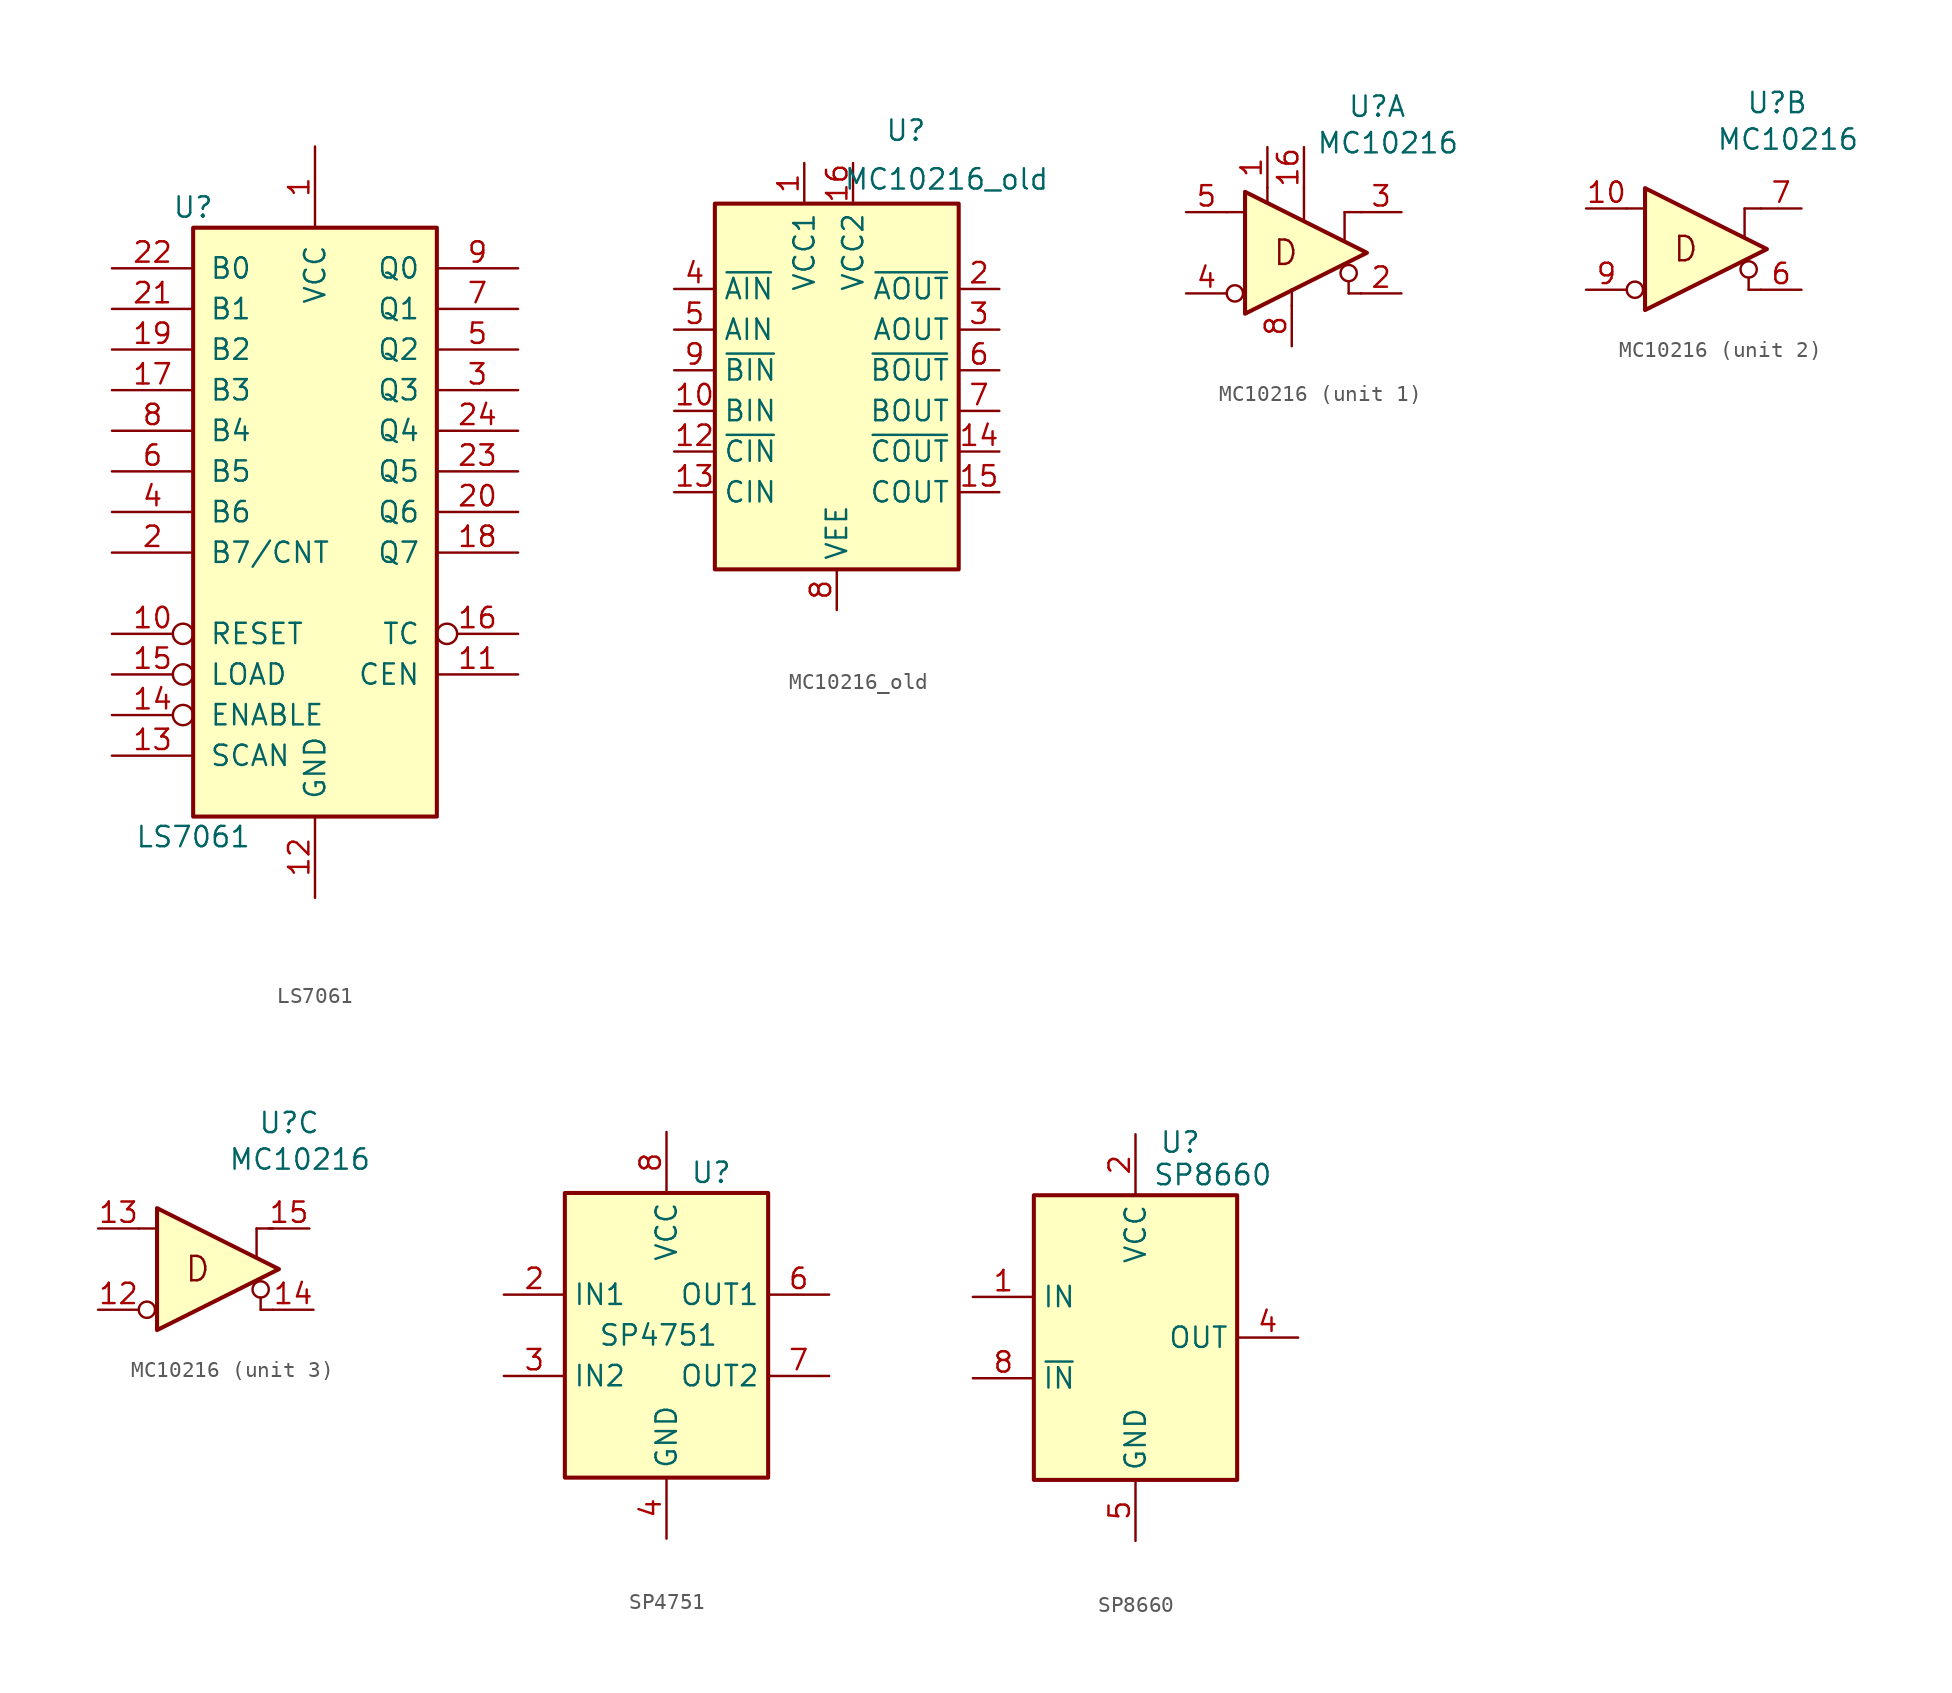
<source format=kicad_sym>
(kicad_symbol_lib
  (version 20220914)
  (generator kicad_symbol_editor)
  (symbol "LS7061"
    (pin_names
      (offset 1.016))
    (property "Reference" "U"
      (at -7.62 19.05 0)
      (effects (font (size 1.27 1.27))))
    (property "Value" "LS7061"
      (at -7.62 -20.32 0)
      (effects (font (size 1.27 1.27))))
    (property "ki_locked" ""
      (at 0 0 0)
      (effects (font (size 1.27 1.27))))
    (symbol "LS7061_1_0"
      (pin power_in line (at 0 22.86 270) (length 5.08) (name "VCC" (effects (font (size 1.27 1.27)))) (number "1" (effects (font (size 1.27 1.27)))))
      (pin input inverted (at -12.7 -7.62 0) (length 5.08) (name "RESET" (effects (font (size 1.27 1.27)))) (number "10" (effects (font (size 1.27 1.27)))))
      (pin output line (at 12.7 -10.16 180) (length 5.08) (name "CEN" (effects (font (size 1.27 1.27)))) (number "11" (effects (font (size 1.27 1.27)))))
      (pin power_in line (at 0 -24.13 90) (length 5.08) (name "GND" (effects (font (size 1.27 1.27)))) (number "12" (effects (font (size 1.27 1.27)))))
      (pin input line (at -12.7 -15.24 0) (length 5.08) (name "SCAN" (effects (font (size 1.27 1.27)))) (number "13" (effects (font (size 1.27 1.27)))))
      (pin input inverted (at -12.7 -12.7 0) (length 5.08) (name "ENABLE" (effects (font (size 1.27 1.27)))) (number "14" (effects (font (size 1.27 1.27)))))
      (pin input inverted (at -12.7 -10.16 0) (length 5.08) (name "LOAD" (effects (font (size 1.27 1.27)))) (number "15" (effects (font (size 1.27 1.27)))))
      (pin input inverted (at 12.7 -7.62 180) (length 5.08) (name "TC" (effects (font (size 1.27 1.27)))) (number "16" (effects (font (size 1.27 1.27)))))
      (pin input line (at -12.7 7.62 0) (length 5.08) (name "B3" (effects (font (size 1.27 1.27)))) (number "17" (effects (font (size 1.27 1.27)))))
      (pin tri_state line (at 12.7 -2.54 180) (length 5.08) (name "Q7" (effects (font (size 1.27 1.27)))) (number "18" (effects (font (size 1.27 1.27)))))
      (pin input line (at -12.7 10.16 0) (length 5.08) (name "B2" (effects (font (size 1.27 1.27)))) (number "19" (effects (font (size 1.27 1.27)))))
      (pin input line (at -12.7 -2.54 0) (length 5.08) (name "B7/CNT" (effects (font (size 1.27 1.27)))) (number "2" (effects (font (size 1.27 1.27)))))
      (pin tri_state line (at 12.7 0 180) (length 5.08) (name "Q6" (effects (font (size 1.27 1.27)))) (number "20" (effects (font (size 1.27 1.27)))))
      (pin input line (at -12.7 12.7 0) (length 5.08) (name "B1" (effects (font (size 1.27 1.27)))) (number "21" (effects (font (size 1.27 1.27)))))
      (pin input line (at -12.7 15.24 0) (length 5.08) (name "B0" (effects (font (size 1.27 1.27)))) (number "22" (effects (font (size 1.27 1.27)))))
      (pin tri_state line (at 12.7 2.54 180) (length 5.08) (name "Q5" (effects (font (size 1.27 1.27)))) (number "23" (effects (font (size 1.27 1.27)))))
      (pin tri_state line (at 12.7 5.08 180) (length 5.08) (name "Q4" (effects (font (size 1.27 1.27)))) (number "24" (effects (font (size 1.27 1.27)))))
      (pin tri_state line (at 12.7 7.62 180) (length 5.08) (name "Q3" (effects (font (size 1.27 1.27)))) (number "3" (effects (font (size 1.27 1.27)))))
      (pin input line (at -12.7 0 0) (length 5.08) (name "B6" (effects (font (size 1.27 1.27)))) (number "4" (effects (font (size 1.27 1.27)))))
      (pin tri_state line (at 12.7 10.16 180) (length 5.08) (name "Q2" (effects (font (size 1.27 1.27)))) (number "5" (effects (font (size 1.27 1.27)))))
      (pin input line (at -12.7 2.54 0) (length 5.08) (name "B5" (effects (font (size 1.27 1.27)))) (number "6" (effects (font (size 1.27 1.27)))))
      (pin tri_state line (at 12.7 12.7 180) (length 5.08) (name "Q1" (effects (font (size 1.27 1.27)))) (number "7" (effects (font (size 1.27 1.27)))))
      (pin input line (at -12.7 5.08 0) (length 5.08) (name "B4" (effects (font (size 1.27 1.27)))) (number "8" (effects (font (size 1.27 1.27)))))
      (pin tri_state line (at 12.7 15.24 180) (length 5.08) (name "Q0" (effects (font (size 1.27 1.27)))) (number "9" (effects (font (size 1.27 1.27))))))
    (symbol "LS7061_1_1"
      (rectangle (start -7.62 17.78) (end 7.62 -19.05) (stroke (width 0.254) (type default)) (fill (type background)))))
  (symbol "MC10216_old"
    (property "Reference" "U"
      (at 4.318 16.002 0)
      (effects (font (size 1.27 1.27))))
    (property "Value" "MC10216_old"
      (at 6.858 12.954 0)
      (effects (font (size 1.27 1.27))))
    (symbol "MC10216_old_0_1"
      (rectangle (start -7.62 11.43) (end 7.62 -11.43) (stroke (width 0.254) (type default)) (fill (type background))))
    (symbol "MC10216_old_1_1"
      (pin power_in line (at -2.032 13.97 270) (length 2.54) (name "VCC1" (effects (font (size 1.27 1.27)))) (number "1" (effects (font (size 1.27 1.27)))))
      (pin input line (at -10.16 -1.524 0) (length 2.54) (name "BIN" (effects (font (size 1.27 1.27)))) (number "10" (effects (font (size 1.27 1.27)))))
      (pin input line (at -10.16 -4.064 0) (length 2.54) (name "~{CIN}" (effects (font (size 1.27 1.27)))) (number "12" (effects (font (size 1.27 1.27)))))
      (pin input line (at -10.16 -6.604 0) (length 2.54) (name "CIN" (effects (font (size 1.27 1.27)))) (number "13" (effects (font (size 1.27 1.27)))))
      (pin output line (at 10.16 -4.064 180) (length 2.54) (name "~{COUT}" (effects (font (size 1.27 1.27)))) (number "14" (effects (font (size 1.27 1.27)))))
      (pin output line (at 10.16 -6.604 180) (length 2.54) (name "COUT" (effects (font (size 1.27 1.27)))) (number "15" (effects (font (size 1.27 1.27)))))
      (pin power_in line (at 1.016 13.97 270) (length 2.54) (name "VCC2" (effects (font (size 1.27 1.27)))) (number "16" (effects (font (size 1.27 1.27)))))
      (pin output line (at 10.16 6.096 180) (length 2.54) (name "~{AOUT}" (effects (font (size 1.27 1.27)))) (number "2" (effects (font (size 1.27 1.27)))))
      (pin output line (at 10.16 3.556 180) (length 2.54) (name "AOUT" (effects (font (size 1.27 1.27)))) (number "3" (effects (font (size 1.27 1.27)))))
      (pin input line (at -10.16 6.096 0) (length 2.54) (name "~{AIN}" (effects (font (size 1.27 1.27)))) (number "4" (effects (font (size 1.27 1.27)))))
      (pin input line (at -10.16 3.556 0) (length 2.54) (name "AIN" (effects (font (size 1.27 1.27)))) (number "5" (effects (font (size 1.27 1.27)))))
      (pin output line (at 10.16 1.016 180) (length 2.54) (name "~{BOUT}" (effects (font (size 1.27 1.27)))) (number "6" (effects (font (size 1.27 1.27)))))
      (pin output line (at 10.16 -1.524 180) (length 2.54) (name "BOUT" (effects (font (size 1.27 1.27)))) (number "7" (effects (font (size 1.27 1.27)))))
      (pin power_in line (at 0 -13.97 90) (length 2.54) (name "VEE" (effects (font (size 1.27 1.27)))) (number "8" (effects (font (size 1.27 1.27)))))
      (pin input line (at -10.16 1.016 0) (length 2.54) (name "~{BIN}" (effects (font (size 1.27 1.27)))) (number "9" (effects (font (size 1.27 1.27)))))))
  (symbol "MC10216"
    (pin_names hide)
    (property "Reference" "U"
      (at 5.334 9.144 0)
      (effects (font (size 1.27 1.27))))
    (property "Value" "MC10216"
      (at 1.524 6.858 0)
      (effects (font (size 1.27 1.27)) (justify left)))
    (property "ki_locked" ""
      (at 0 0 0)
      (effects (font (size 1.27 1.27))))
    (symbol "MC10216_1_0"
      (circle (center -3.556 -2.54) (radius 0.508) (stroke (width 0) (type default)) (fill (type none)))
      (polyline (pts (xy 3.302 0.762) (xy 3.302 2.54)) (stroke (width 0) (type default)) (fill (type none)))
      (polyline (pts (xy 3.556 -1.778) (xy 3.556 -2.54)) (stroke (width 0) (type default)) (fill (type none)))
      (circle (center 3.556 -1.27) (radius 0.508) (stroke (width 0) (type default)) (fill (type none)))
      (text "D" (at -0.381 0 0) (effects (font (size 1.524 1.524)))))
    (symbol "MC10216_1_1"
      (polyline (pts (xy -4.064 2.54) (xy -2.921 2.54)) (stroke (width 0) (type default)) (fill (type none)))
      (polyline (pts (xy -1.524 4.064) (xy -1.523 3.213)) (stroke (width 0) (type default)) (fill (type none)))
      (polyline (pts (xy 0.762 4.064) (xy 0.762 2.032)) (stroke (width 0) (type default)) (fill (type none)))
      (polyline (pts (xy 3.302 2.54) (xy 4.318 2.54)) (stroke (width 0) (type default)) (fill (type none)))
      (polyline (pts (xy 3.556 -2.54) (xy 4.318 -2.54)) (stroke (width 0) (type default)) (fill (type none)))
      (polyline (pts (xy 0 -3.302) (xy 0.006 -2.406) (xy 0 -2.286)) (stroke (width 0) (type default)) (fill (type none)))
      (polyline (pts (xy -2.921 -3.81) (xy -2.921 3.81) (xy 4.699 0) (xy -2.921 -3.81)) (stroke (width 0.254) (type default)) (fill (type color) (color 255 255 194 1)))
      (pin power_in line (at -1.524 6.604 270) (length 2.54) (name "VCC1" (effects (font (size 1.27 1.27)))) (number "1" (effects (font (size 1.27 1.27)))))
      (pin power_in line (at 0.762 6.604 270) (length 2.54) (name "VCC2" (effects (font (size 1.27 1.27)))) (number "16" (effects (font (size 1.27 1.27)))))
      (pin output line (at 6.858 -2.54 180) (length 2.54) (name "~{AOUT}" (effects (font (size 1.27 1.27)))) (number "2" (effects (font (size 1.27 1.27)))))
      (pin output line (at 6.858 2.54 180) (length 2.54) (name "AOUT" (effects (font (size 1.27 1.27)))) (number "3" (effects (font (size 1.27 1.27)))))
      (pin input line (at -6.604 -2.54 0) (length 2.54) (name "~{AIN}" (effects (font (size 1.27 1.27)))) (number "4" (effects (font (size 1.27 1.27)))))
      (pin input line (at -6.604 2.54 0) (length 2.54) (name "AIN" (effects (font (size 1.27 1.27)))) (number "5" (effects (font (size 1.27 1.27)))))
      (pin power_in line (at 0 -5.842 90) (length 2.54) (name "VEE" (effects (font (size 1.27 1.27)))) (number "8" (effects (font (size 1.27 1.27))))))
    (symbol "MC10216_2_0"
      (circle (center -3.556 -2.54) (radius 0.508) (stroke (width 0) (type default)) (fill (type none)))
      (polyline (pts (xy 3.302 0.762) (xy 3.302 2.54)) (stroke (width 0) (type default)) (fill (type none)))
      (polyline (pts (xy 3.556 -1.778) (xy 3.556 -2.54)) (stroke (width 0) (type default)) (fill (type none)))
      (circle (center 3.556 -1.27) (radius 0.508) (stroke (width 0) (type default)) (fill (type none)))
      (text "D" (at -0.381 0 0) (effects (font (size 1.524 1.524)))))
    (symbol "MC10216_2_1"
      (polyline (pts (xy -4.064 2.54) (xy -2.921 2.54)) (stroke (width 0) (type default)) (fill (type none)))
      (polyline (pts (xy 3.302 2.54) (xy 4.318 2.54)) (stroke (width 0) (type default)) (fill (type none)))
      (polyline (pts (xy 3.556 -2.54) (xy 4.318 -2.54)) (stroke (width 0) (type default)) (fill (type none)))
      (polyline (pts (xy -2.921 -3.81) (xy -2.921 3.81) (xy 4.699 0) (xy -2.921 -3.81)) (stroke (width 0.254) (type default)) (fill (type color) (color 255 255 194 1)))
      (pin input line (at -6.604 2.54 0) (length 2.54) (name "BIN" (effects (font (size 1.27 1.27)))) (number "10" (effects (font (size 1.27 1.27)))))
      (pin output line (at 6.858 -2.54 180) (length 2.54) (name "~{BOUT}" (effects (font (size 1.27 1.27)))) (number "6" (effects (font (size 1.27 1.27)))))
      (pin output line (at 6.858 2.54 180) (length 2.54) (name "BOUT" (effects (font (size 1.27 1.27)))) (number "7" (effects (font (size 1.27 1.27)))))
      (pin input line (at -6.604 -2.54 0) (length 2.54) (name "~{BIN}" (effects (font (size 1.27 1.27)))) (number "9" (effects (font (size 1.27 1.27))))))
    (symbol "MC10216_3_0"
      (circle (center -3.556 -2.54) (radius 0.508) (stroke (width 0) (type default)) (fill (type none)))
      (polyline (pts (xy 3.302 0.762) (xy 3.302 2.54)) (stroke (width 0) (type default)) (fill (type none)))
      (polyline (pts (xy 3.556 -1.778) (xy 3.556 -2.54)) (stroke (width 0) (type default)) (fill (type none)))
      (circle (center 3.556 -1.27) (radius 0.508) (stroke (width 0) (type default)) (fill (type none)))
      (text "D" (at -0.381 0 0) (effects (font (size 1.524 1.524)))))
    (symbol "MC10216_3_1"
      (polyline (pts (xy -4.064 2.54) (xy -2.921 2.54)) (stroke (width 0) (type default)) (fill (type none)))
      (polyline (pts (xy 3.302 2.54) (xy 4.318 2.54)) (stroke (width 0) (type default)) (fill (type none)))
      (polyline (pts (xy 3.556 -2.54) (xy 4.318 -2.54)) (stroke (width 0) (type default)) (fill (type none)))
      (polyline (pts (xy -2.921 -3.81) (xy -2.921 3.81) (xy 4.699 0) (xy -2.921 -3.81)) (stroke (width 0.254) (type default)) (fill (type color) (color 255 255 194 1)))
      (pin input line (at -6.604 -2.54 0) (length 2.54) (name "~{CIN}" (effects (font (size 1.27 1.27)))) (number "12" (effects (font (size 1.27 1.27)))))
      (pin input line (at -6.604 2.54 0) (length 2.54) (name "CIN" (effects (font (size 1.27 1.27)))) (number "13" (effects (font (size 1.27 1.27)))))
      (pin output line (at 6.858 -2.54 180) (length 2.54) (name "~{COUT}" (effects (font (size 1.27 1.27)))) (number "14" (effects (font (size 1.27 1.27)))))
      (pin output line (at 6.604 2.54 180) (length 2.54) (name "COUT" (effects (font (size 1.27 1.27)))) (number "15" (effects (font (size 1.27 1.27)))))))
  (symbol "SP4751"
    (property "Reference" "U"
      (at 2.794 10.16 0)
      (effects (font (size 1.27 1.27))))
    (property "Value" "SP4751"
      (at -0.508 0 0)
      (effects (font (size 1.27 1.27))))
    (symbol "SP4751_0_1"
      (rectangle (start -6.35 8.89) (end 6.35 -8.89) (stroke (width 0.254) (type default)) (fill (type background))))
    (symbol "SP4751_1_1"
      (pin input line (at -10.16 2.54 0) (length 3.81) (name "IN1" (effects (font (size 1.27 1.27)))) (number "2" (effects (font (size 1.27 1.27)))))
      (pin input line (at -10.16 -2.54 0) (length 3.81) (name "IN2" (effects (font (size 1.27 1.27)))) (number "3" (effects (font (size 1.27 1.27)))))
      (pin power_in line (at 0 -12.7 90) (length 3.81) (name "GND" (effects (font (size 1.27 1.27)))) (number "4" (effects (font (size 1.27 1.27)))))
      (pin output line (at 10.16 2.54 180) (length 3.81) (name "OUT1" (effects (font (size 1.27 1.27)))) (number "6" (effects (font (size 1.27 1.27)))))
      (pin output line (at 10.16 -2.54 180) (length 3.81) (name "OUT2" (effects (font (size 1.27 1.27)))) (number "7" (effects (font (size 1.27 1.27)))))
      (pin power_in line (at 0 12.7 270) (length 3.81) (name "VCC" (effects (font (size 1.27 1.27)))) (number "8" (effects (font (size 1.27 1.27)))))))
  (symbol "SP8660"
    (property "Reference" "U"
      (at 2.794 12.192 0)
      (effects (font (size 1.27 1.27))))
    (property "Value" "SP8660"
      (at 4.826 10.16 0)
      (effects (font (size 1.27 1.27))))
    (property "Footprint" ""
      (at -0.508 0 0)
      (effects (font (size 1.27 1.27))))
    (symbol "SP8660_0_1"
      (rectangle (start -6.35 8.89) (end 6.35 -8.89) (stroke (width 0.254) (type default)) (fill (type background))))
    (symbol "SP8660_1_1"
      (pin input line (at -10.16 2.54 0) (length 3.81) (name "IN" (effects (font (size 1.27 1.27)))) (number "1" (effects (font (size 1.27 1.27)))))
      (pin power_in line (at 0 12.7 270) (length 3.81) (name "VCC" (effects (font (size 1.27 1.27)))) (number "2" (effects (font (size 1.27 1.27)))))
      (pin output line (at 10.16 0 180) (length 3.81) (name "OUT" (effects (font (size 1.27 1.27)))) (number "4" (effects (font (size 1.27 1.27)))))
      (pin power_in line (at 0 -12.7 90) (length 3.81) (name "GND" (effects (font (size 1.27 1.27)))) (number "5" (effects (font (size 1.27 1.27)))))
      (pin input line (at -10.16 -2.54 0) (length 3.81) (name "~{IN}" (effects (font (size 1.27 1.27)))) (number "8" (effects (font (size 1.27 1.27))))))))
</source>
